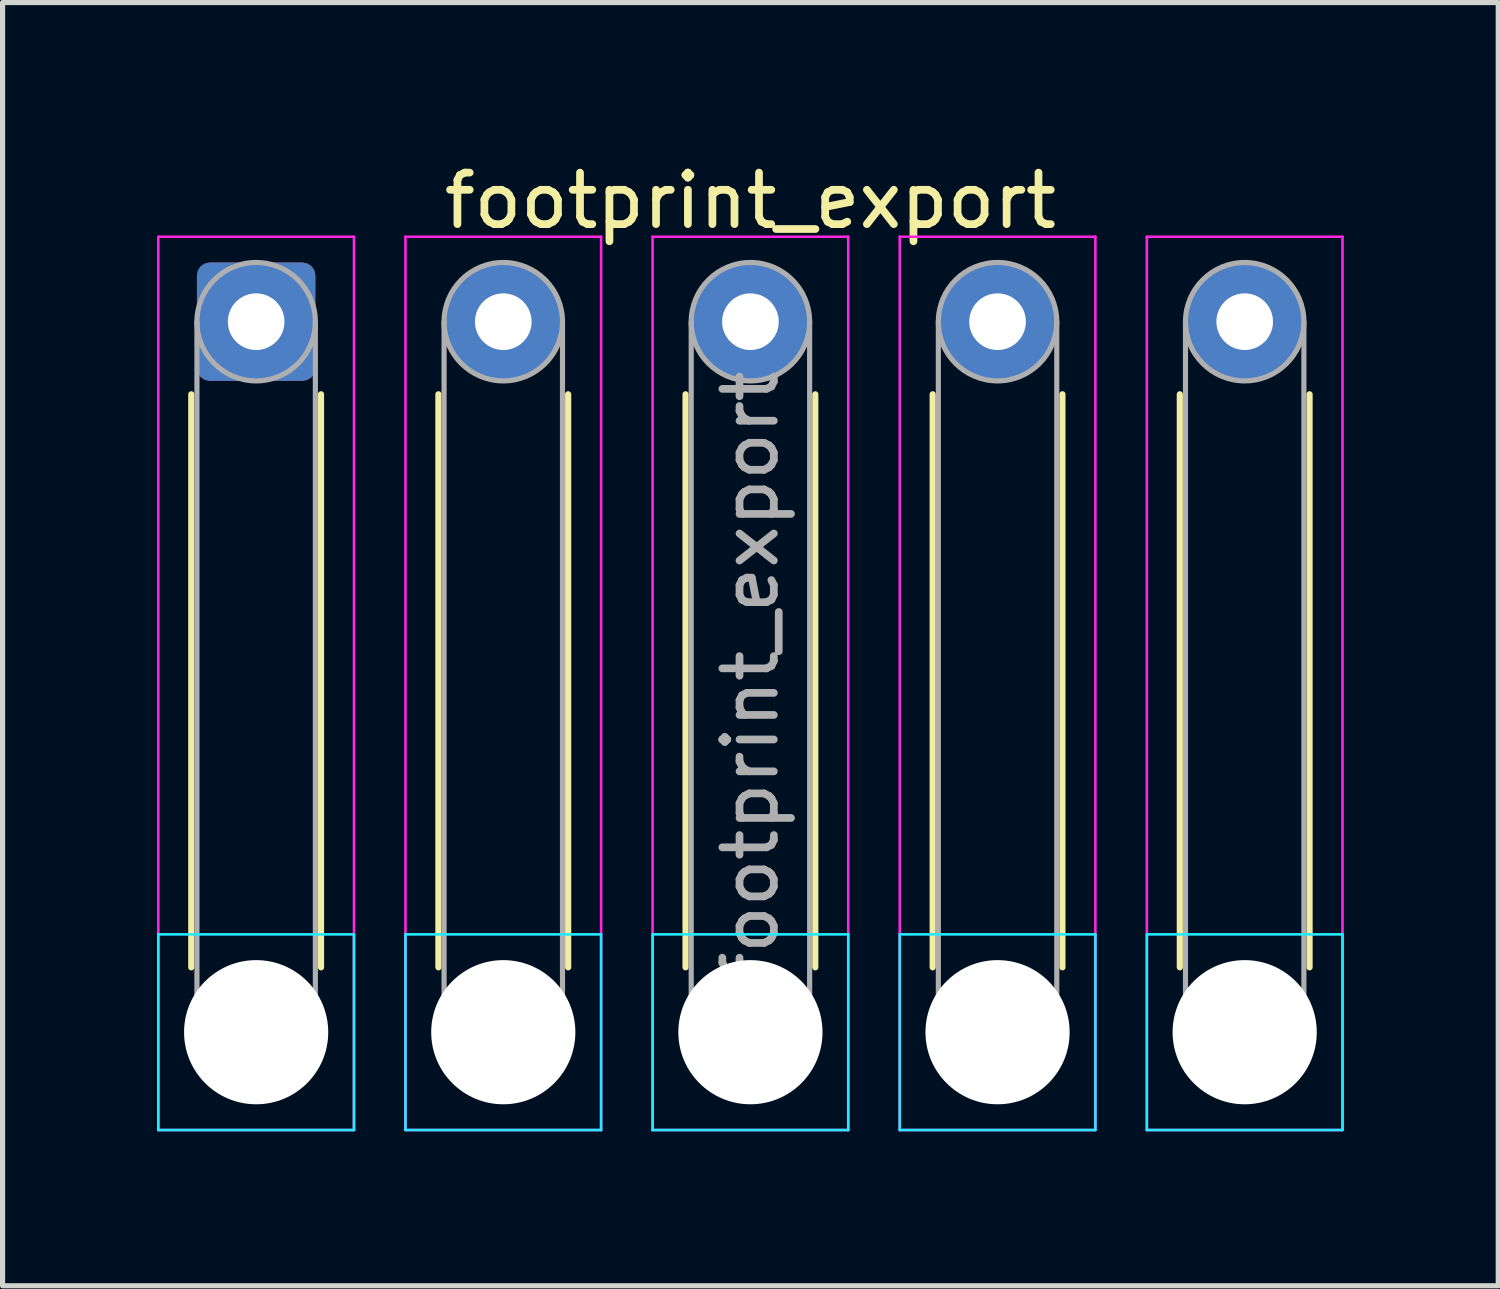
<source format=kicad_pcb>
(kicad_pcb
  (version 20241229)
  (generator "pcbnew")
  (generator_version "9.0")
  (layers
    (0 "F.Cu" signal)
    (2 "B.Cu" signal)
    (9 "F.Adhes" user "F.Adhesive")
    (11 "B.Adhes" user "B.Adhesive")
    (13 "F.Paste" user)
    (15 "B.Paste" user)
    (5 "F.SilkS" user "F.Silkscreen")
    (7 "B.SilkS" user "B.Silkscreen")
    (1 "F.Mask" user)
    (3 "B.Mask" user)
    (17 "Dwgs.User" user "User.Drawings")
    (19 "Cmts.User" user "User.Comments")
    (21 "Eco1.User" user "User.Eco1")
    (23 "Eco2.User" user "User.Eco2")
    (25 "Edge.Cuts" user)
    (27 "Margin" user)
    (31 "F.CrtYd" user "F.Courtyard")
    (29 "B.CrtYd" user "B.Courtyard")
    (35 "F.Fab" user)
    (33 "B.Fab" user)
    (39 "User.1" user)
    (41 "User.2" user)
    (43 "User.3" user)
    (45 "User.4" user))
  (footprint "footprint_export"
    (layer "F.Cu")
    (at 1.925 3.198)
    (property "Reference" "footprint_export" (at 9.6 -2.35 0) (layer "F.SilkS") (effects (font (size 1 1) (thickness 0.15))))
    (attr exclude_from_pos_files exclude_from_bom)
    (fp_line (start -1.26 1.41) (end -1.26 12.54) (stroke (width 0.12) (type solid)) (layer "F.SilkS"))
    (fp_line (start 1.26 1.41) (end 1.26 12.54) (stroke (width 0.12) (type solid)) (layer "F.SilkS"))
    (fp_line (start 3.54 1.41) (end 3.54 12.54) (stroke (width 0.12) (type solid)) (layer "F.SilkS"))
    (fp_line (start 6.06 1.41) (end 6.06 12.54) (stroke (width 0.12) (type solid)) (layer "F.SilkS"))
    (fp_line (start 8.34 1.41) (end 8.34 12.54) (stroke (width 0.12) (type solid)) (layer "F.SilkS"))
    (fp_line (start 10.86 1.41) (end 10.86 12.54) (stroke (width 0.12) (type solid)) (layer "F.SilkS"))
    (fp_line (start 13.14 1.41) (end 13.14 12.54) (stroke (width 0.12) (type solid)) (layer "F.SilkS"))
    (fp_line (start 15.66 1.41) (end 15.66 12.54) (stroke (width 0.12) (type solid)) (layer "F.SilkS"))
    (fp_line (start 17.94 1.41) (end 17.94 12.54) (stroke (width 0.12) (type solid)) (layer "F.SilkS"))
    (fp_line (start 20.46 1.41) (end 20.46 12.54) (stroke (width 0.12) (type solid)) (layer "F.SilkS"))
    (fp_line (start -1.9 11.9) (end -1.9 15.7) (stroke (width 0.05) (type solid)) (layer "B.CrtYd"))
    (fp_line (start -1.9 15.7) (end 1.9 15.7) (stroke (width 0.05) (type solid)) (layer "B.CrtYd"))
    (fp_line (start 1.9 11.9) (end -1.9 11.9) (stroke (width 0.05) (type solid)) (layer "B.CrtYd"))
    (fp_line (start 1.9 15.7) (end 1.9 11.9) (stroke (width 0.05) (type solid)) (layer "B.CrtYd"))
    (fp_line (start 2.9 11.9) (end 2.9 15.7) (stroke (width 0.05) (type solid)) (layer "B.CrtYd"))
    (fp_line (start 2.9 15.7) (end 6.7 15.7) (stroke (width 0.05) (type solid)) (layer "B.CrtYd"))
    (fp_line (start 6.7 11.9) (end 2.9 11.9) (stroke (width 0.05) (type solid)) (layer "B.CrtYd"))
    (fp_line (start 6.7 15.7) (end 6.7 11.9) (stroke (width 0.05) (type solid)) (layer "B.CrtYd"))
    (fp_line (start 7.7 11.9) (end 7.7 15.7) (stroke (width 0.05) (type solid)) (layer "B.CrtYd"))
    (fp_line (start 7.7 15.7) (end 11.5 15.7) (stroke (width 0.05) (type solid)) (layer "B.CrtYd"))
    (fp_line (start 11.5 11.9) (end 7.7 11.9) (stroke (width 0.05) (type solid)) (layer "B.CrtYd"))
    (fp_line (start 11.5 15.7) (end 11.5 11.9) (stroke (width 0.05) (type solid)) (layer "B.CrtYd"))
    (fp_line (start 12.5 11.9) (end 12.5 15.7) (stroke (width 0.05) (type solid)) (layer "B.CrtYd"))
    (fp_line (start 12.5 15.7) (end 16.3 15.7) (stroke (width 0.05) (type solid)) (layer "B.CrtYd"))
    (fp_line (start 16.3 11.9) (end 12.5 11.9) (stroke (width 0.05) (type solid)) (layer "B.CrtYd"))
    (fp_line (start 16.3 15.7) (end 16.3 11.9) (stroke (width 0.05) (type solid)) (layer "B.CrtYd"))
    (fp_line (start 17.3 11.9) (end 17.3 15.7) (stroke (width 0.05) (type solid)) (layer "B.CrtYd"))
    (fp_line (start 17.3 15.7) (end 21.1 15.7) (stroke (width 0.05) (type solid)) (layer "B.CrtYd"))
    (fp_line (start 21.1 11.9) (end 17.3 11.9) (stroke (width 0.05) (type solid)) (layer "B.CrtYd"))
    (fp_line (start 21.1 15.7) (end 21.1 11.9) (stroke (width 0.05) (type solid)) (layer "B.CrtYd"))
    (fp_line (start -1.9 -1.65) (end -1.9 15.7) (stroke (width 0.05) (type solid)) (layer "F.CrtYd"))
    (fp_line (start -1.9 15.7) (end 1.9 15.7) (stroke (width 0.05) (type solid)) (layer "F.CrtYd"))
    (fp_line (start 1.9 -1.65) (end -1.9 -1.65) (stroke (width 0.05) (type solid)) (layer "F.CrtYd"))
    (fp_line (start 1.9 15.7) (end 1.9 -1.65) (stroke (width 0.05) (type solid)) (layer "F.CrtYd"))
    (fp_line (start 2.9 -1.65) (end 2.9 15.7) (stroke (width 0.05) (type solid)) (layer "F.CrtYd"))
    (fp_line (start 2.9 15.7) (end 6.7 15.7) (stroke (width 0.05) (type solid)) (layer "F.CrtYd"))
    (fp_line (start 6.7 -1.65) (end 2.9 -1.65) (stroke (width 0.05) (type solid)) (layer "F.CrtYd"))
    (fp_line (start 6.7 15.7) (end 6.7 -1.65) (stroke (width 0.05) (type solid)) (layer "F.CrtYd"))
    (fp_line (start 7.7 -1.65) (end 7.7 15.7) (stroke (width 0.05) (type solid)) (layer "F.CrtYd"))
    (fp_line (start 7.7 15.7) (end 11.5 15.7) (stroke (width 0.05) (type solid)) (layer "F.CrtYd"))
    (fp_line (start 11.5 -1.65) (end 7.7 -1.65) (stroke (width 0.05) (type solid)) (layer "F.CrtYd"))
    (fp_line (start 11.5 15.7) (end 11.5 -1.65) (stroke (width 0.05) (type solid)) (layer "F.CrtYd"))
    (fp_line (start 12.5 -1.65) (end 12.5 15.7) (stroke (width 0.05) (type solid)) (layer "F.CrtYd"))
    (fp_line (start 12.5 15.7) (end 16.3 15.7) (stroke (width 0.05) (type solid)) (layer "F.CrtYd"))
    (fp_line (start 16.3 -1.65) (end 12.5 -1.65) (stroke (width 0.05) (type solid)) (layer "F.CrtYd"))
    (fp_line (start 16.3 15.7) (end 16.3 -1.65) (stroke (width 0.05) (type solid)) (layer "F.CrtYd"))
    (fp_line (start 17.3 -1.65) (end 17.3 15.7) (stroke (width 0.05) (type solid)) (layer "F.CrtYd"))
    (fp_line (start 17.3 15.7) (end 21.1 15.7) (stroke (width 0.05) (type solid)) (layer "F.CrtYd"))
    (fp_line (start 21.1 -1.65) (end 17.3 -1.65) (stroke (width 0.05) (type solid)) (layer "F.CrtYd"))
    (fp_line (start 21.1 15.7) (end 21.1 -1.65) (stroke (width 0.05) (type solid)) (layer "F.CrtYd"))
    (fp_line (start -1.15 0) (end -1.15 13.8) (stroke (width 0.1) (type solid)) (layer "F.Fab"))
    (fp_line (start 1.15 0) (end 1.15 13.8) (stroke (width 0.1) (type solid)) (layer "F.Fab"))
    (fp_line (start 3.65 0) (end 3.65 13.8) (stroke (width 0.1) (type solid)) (layer "F.Fab"))
    (fp_line (start 5.95 0) (end 5.95 13.8) (stroke (width 0.1) (type solid)) (layer "F.Fab"))
    (fp_line (start 8.45 0) (end 8.45 13.8) (stroke (width 0.1) (type solid)) (layer "F.Fab"))
    (fp_line (start 10.75 0) (end 10.75 13.8) (stroke (width 0.1) (type solid)) (layer "F.Fab"))
    (fp_line (start 13.25 0) (end 13.25 13.8) (stroke (width 0.1) (type solid)) (layer "F.Fab"))
    (fp_line (start 15.55 0) (end 15.55 13.8) (stroke (width 0.1) (type solid)) (layer "F.Fab"))
    (fp_line (start 18.05 0) (end 18.05 13.8) (stroke (width 0.1) (type solid)) (layer "F.Fab"))
    (fp_line (start 20.35 0) (end 20.35 13.8) (stroke (width 0.1) (type solid)) (layer "F.Fab"))
    (fp_circle (center 0 0) (end 1.15 0) (stroke (width 0.1) (type solid)) (fill no) (layer "F.Fab"))
    (fp_circle (center 0 13.8) (end 1.15 13.8) (stroke (width 0.1) (type solid)) (fill no) (layer "F.Fab"))
    (fp_circle (center 4.8 0) (end 5.95 0) (stroke (width 0.1) (type solid)) (fill no) (layer "F.Fab"))
    (fp_circle (center 4.8 13.8) (end 5.95 13.8) (stroke (width 0.1) (type solid)) (fill no) (layer "F.Fab"))
    (fp_circle (center 9.6 0) (end 10.75 0) (stroke (width 0.1) (type solid)) (fill no) (layer "F.Fab"))
    (fp_circle (center 9.6 13.8) (end 10.75 13.8) (stroke (width 0.1) (type solid)) (fill no) (layer "F.Fab"))
    (fp_circle (center 14.4 0) (end 15.55 0) (stroke (width 0.1) (type solid)) (fill no) (layer "F.Fab"))
    (fp_circle (center 14.4 13.8) (end 15.55 13.8) (stroke (width 0.1) (type solid)) (fill no) (layer "F.Fab"))
    (fp_circle (center 19.2 0) (end 20.35 0) (stroke (width 0.1) (type solid)) (fill no) (layer "F.Fab"))
    (fp_circle (center 19.2 13.8) (end 20.35 13.8) (stroke (width 0.1) (type solid)) (fill no) (layer "F.Fab"))
    (fp_text user "${REFERENCE}" (at 9.6 6.9 90) (layer "F.Fab") (effects (font (size 1 1) (thickness 0.15))))
    (pad "" np_thru_hole circle (at 0 13.8) (size 2.8 2.8) (drill 2.8) (layers "*.Cu" "*.Mask"))
    (pad "" np_thru_hole circle (at 4.8 13.8) (size 2.8 2.8) (drill 2.8) (layers "*.Cu" "*.Mask"))
    (pad "" np_thru_hole circle (at 9.6 13.8) (size 2.8 2.8) (drill 2.8) (layers "*.Cu" "*.Mask"))
    (pad "" np_thru_hole circle (at 14.4 13.8) (size 2.8 2.8) (drill 2.8) (layers "*.Cu" "*.Mask"))
    (pad "" np_thru_hole circle (at 19.2 13.8) (size 2.8 2.8) (drill 2.8) (layers "*.Cu" "*.Mask"))
    (pad "1" thru_hole roundrect (at 0 0) (size 2.3 2.3) (drill 1.1) (layers "*.Cu" "*.Mask") (roundrect_rratio 0.109))
    (pad "2" thru_hole circle (at 4.8 0) (size 2.3 2.3) (drill 1.1) (layers "*.Cu" "*.Mask"))
    (pad "3" thru_hole circle (at 9.6 0) (size 2.3 2.3) (drill 1.1) (layers "*.Cu" "*.Mask"))
    (pad "4" thru_hole circle (at 14.4 0) (size 2.3 2.3) (drill 1.1) (layers "*.Cu" "*.Mask"))
    (pad "5" thru_hole circle (at 19.2 0) (size 2.3 2.3) (drill 1.1) (layers "*.Cu" "*.Mask")))
  (gr_rect
    (start -3 -3)
    (end 26.05 21.923)
    (stroke (width 0.1) (type default))
    (fill no)
    (layer "Edge.Cuts")))
</source>
